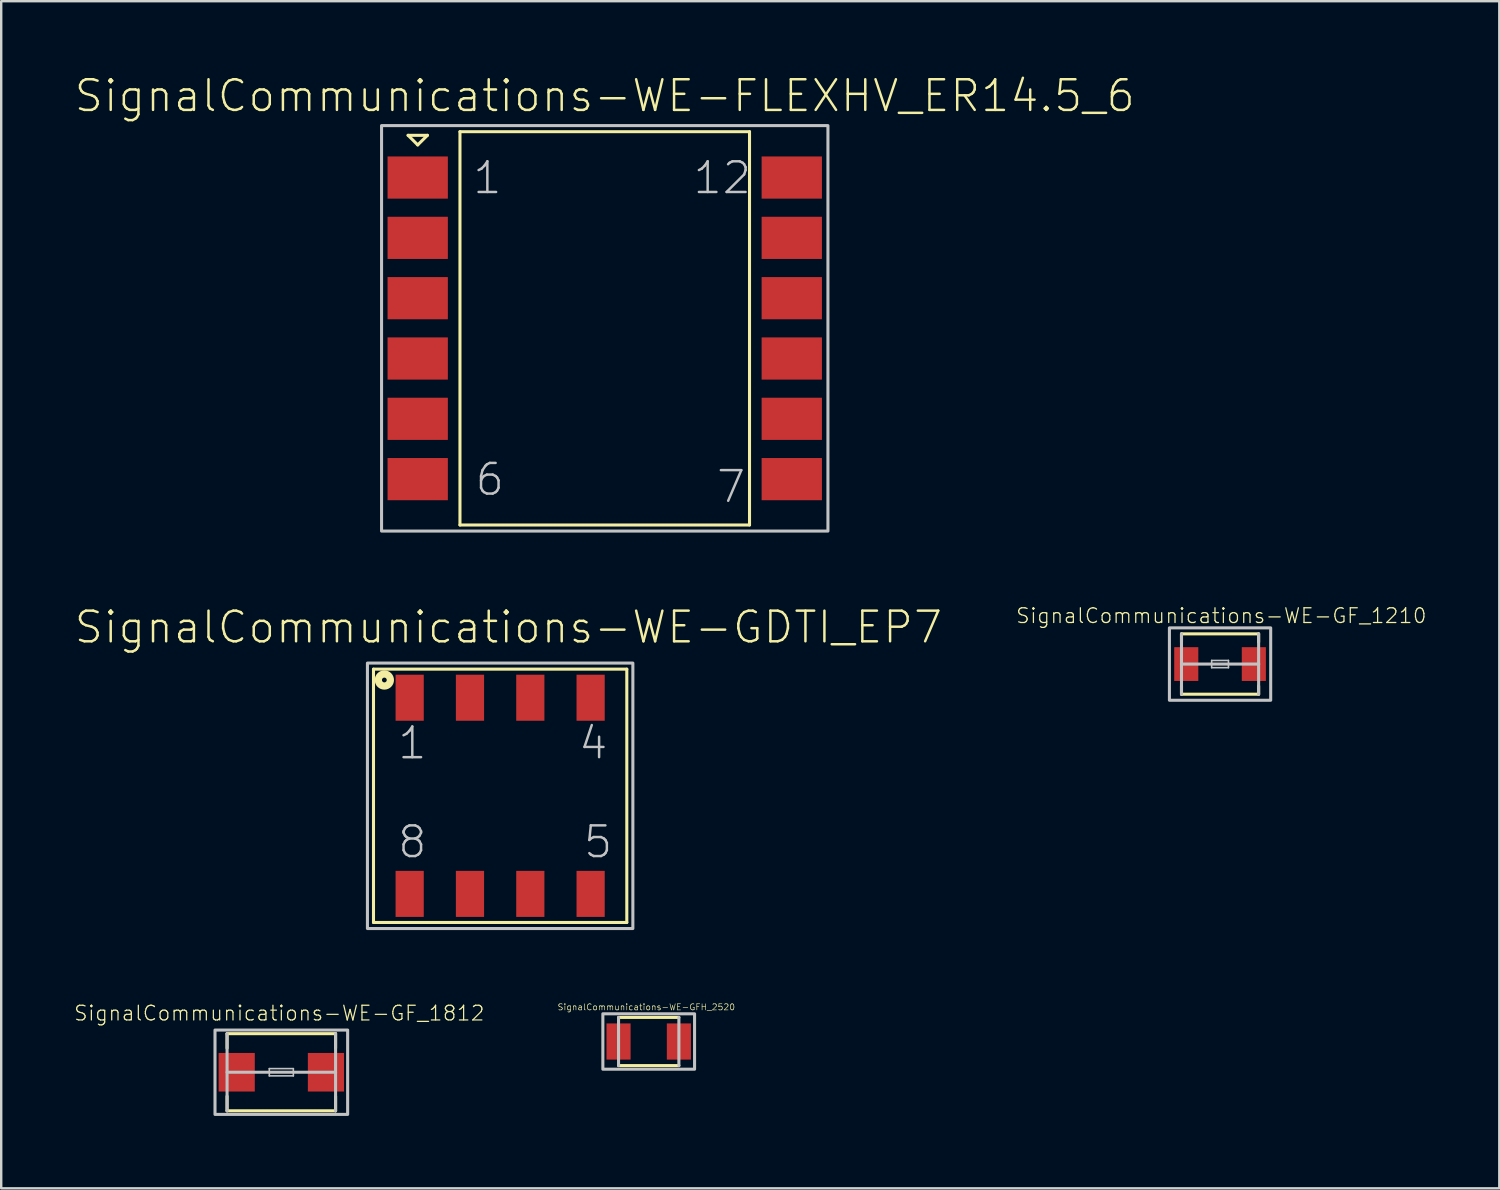
<source format=kicad_pcb>
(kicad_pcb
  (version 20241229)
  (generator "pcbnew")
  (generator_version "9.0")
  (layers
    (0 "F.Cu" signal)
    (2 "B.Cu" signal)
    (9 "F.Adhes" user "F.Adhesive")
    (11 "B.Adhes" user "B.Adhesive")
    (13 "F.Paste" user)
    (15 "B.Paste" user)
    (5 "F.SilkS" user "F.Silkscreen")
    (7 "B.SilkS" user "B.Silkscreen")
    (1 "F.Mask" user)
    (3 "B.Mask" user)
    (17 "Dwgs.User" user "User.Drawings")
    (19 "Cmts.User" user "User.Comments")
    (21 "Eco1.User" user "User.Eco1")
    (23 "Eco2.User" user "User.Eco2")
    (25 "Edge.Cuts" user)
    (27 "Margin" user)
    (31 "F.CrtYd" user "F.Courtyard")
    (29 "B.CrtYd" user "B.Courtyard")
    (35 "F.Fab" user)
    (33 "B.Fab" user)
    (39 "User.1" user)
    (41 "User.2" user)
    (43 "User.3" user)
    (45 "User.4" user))
  (footprint "SignalCommunications-WE-GDTI_EP7"
    (layer "F.Cu")
    (at 17.674 29.925)
    (property "Reference" "SignalCommunications-WE-GDTI_EP7" (at 0.343 -6.985 0) (layer "F.SilkS") (effects (font (size 1.27 1.27) (thickness 0.102))))
    (attr smd)
    (fp_line (start -5.248 -5.248) (end -5.248 5.248) (stroke (width 0.127) (type solid)) (layer "F.SilkS"))
    (fp_line (start -5.248 5.248) (end 5.248 5.248) (stroke (width 0.127) (type solid)) (layer "F.SilkS"))
    (fp_line (start 5.248 -5.248) (end -5.248 -5.248) (stroke (width 0.127) (type solid)) (layer "F.SilkS"))
    (fp_line (start 5.248 5.248) (end 5.248 -5.248) (stroke (width 0.127) (type solid)) (layer "F.SilkS"))
    (fp_circle (center -4.798 -4.798) (end -4.798 -4.897) (stroke (width 0.3) (type solid)) (fill no) (layer "F.SilkS"))
    (fp_poly (pts (xy 5.499 5.499) (xy -5.499 5.499) (xy -5.499 -5.499) (xy 5.499 -5.499) (xy 5.499 5.499)) (stroke (width 0.127) (type solid)) (fill no) (layer "Dwgs.User"))
    (fp_text user "1" (at -3.64 -2.184 0) (layer "Dwgs.User") (effects (font (size 1.27 1.27) (thickness 0.102))))
    (fp_text user "5" (at 4.059 1.913 0) (layer "Dwgs.User") (effects (font (size 1.27 1.27) (thickness 0.102))))
    (fp_text user "4" (at 3.858 -2.184 0) (layer "Dwgs.User") (effects (font (size 1.27 1.27) (thickness 0.102))))
    (fp_text user "8" (at -3.64 1.913 0) (layer "Dwgs.User") (effects (font (size 1.27 1.27) (thickness 0.102))))
    (pad "1" smd rect (at -3.749 -4.064) (size 1.168 1.908) (layers "F.Cu" "F.Mask" "F.Paste"))
    (pad "2" smd rect (at -1.25 -4.064) (size 1.168 1.908) (layers "F.Cu" "F.Mask" "F.Paste"))
    (pad "3" smd rect (at 1.25 -4.064) (size 1.168 1.908) (layers "F.Cu" "F.Mask" "F.Paste"))
    (pad "4" smd rect (at 3.749 -4.064) (size 1.168 1.908) (layers "F.Cu" "F.Mask" "F.Paste"))
    (pad "5" smd rect (at 3.749 4.064) (size 1.168 1.908) (layers "F.Cu" "F.Mask" "F.Paste"))
    (pad "6" smd rect (at 1.25 4.064) (size 1.168 1.908) (layers "F.Cu" "F.Mask" "F.Paste"))
    (pad "7" smd rect (at -1.25 4.064) (size 1.168 1.908) (layers "F.Cu" "F.Mask" "F.Paste"))
    (pad "8" smd rect (at -3.749 4.064) (size 1.168 1.908) (layers "F.Cu" "F.Mask" "F.Paste")))
  (footprint "SignalCommunications-WE-GF_1812"
    (layer "F.Cu")
    (at 8.607 41.379)
    (property "Reference" "SignalCommunications-WE-GF_1812" (at -0.086 -2.446 0) (layer "F.SilkS") (effects (font (size 0.61 0.61) (thickness 0.051))))
    (attr smd)
    (fp_line (start -2.248 -0.998) (end -2.248 -1.598) (stroke (width 0.127) (type solid)) (layer "F.SilkS"))
    (fp_line (start -2.248 0.998) (end -2.248 1.598) (stroke (width 0.127) (type solid)) (layer "F.SilkS"))
    (fp_line (start -2.248 1.598) (end 2.248 1.598) (stroke (width 0.127) (type solid)) (layer "F.SilkS"))
    (fp_line (start 2.248 -1.598) (end -2.248 -1.598) (stroke (width 0.127) (type solid)) (layer "F.SilkS"))
    (fp_line (start 2.248 -0.998) (end 2.248 -1.598) (stroke (width 0.127) (type solid)) (layer "F.SilkS"))
    (fp_line (start 2.248 0.998) (end 2.248 1.598) (stroke (width 0.127) (type solid)) (layer "F.SilkS"))
    (fp_line (start -2.248 -1.598) (end -2.248 1.598) (stroke (width 0.127) (type solid)) (layer "Dwgs.User"))
    (fp_line (start -2.248 0) (end 2.248 0) (stroke (width 0.127) (type solid)) (layer "Dwgs.User"))
    (fp_line (start -0.498 -0.15) (end 0.498 -0.15) (stroke (width 0.066) (type solid)) (layer "Dwgs.User"))
    (fp_line (start -0.498 0.15) (end -0.498 -0.15) (stroke (width 0.066) (type solid)) (layer "Dwgs.User"))
    (fp_line (start -0.498 0.15) (end 0.498 0.15) (stroke (width 0.066) (type solid)) (layer "Dwgs.User"))
    (fp_line (start 0.498 0.15) (end 0.498 -0.15) (stroke (width 0.066) (type solid)) (layer "Dwgs.User"))
    (fp_line (start 2.248 1.598) (end 2.248 -1.598) (stroke (width 0.127) (type solid)) (layer "Dwgs.User"))
    (fp_poly (pts (xy -2.748 -1.748) (xy 2.748 -1.748) (xy 2.748 1.748) (xy -2.748 1.748) (xy -2.748 -1.748)) (stroke (width 0.127) (type solid)) (fill no) (layer "Dwgs.User"))
    (pad "1" smd rect (at -1.849 0) (size 1.499 1.598) (layers "F.Cu" "F.Mask" "F.Paste"))
    (pad "2" smd rect (at 1.849 0) (size 1.499 1.598) (layers "F.Cu" "F.Mask" "F.Paste")))
  (footprint "SignalCommunications-WE-FLEXHV_ER14.5_6"
    (layer "F.Cu")
    (at 22.008 10.555)
    (property "Reference" "SignalCommunications-WE-FLEXHV_ER14.5_6" (at 0 -9.634 0) (layer "F.SilkS") (effects (font (size 1.27 1.27) (thickness 0.102))))
    (attr smd)
    (fp_line (start -8.148 -7.998) (end -7.348 -7.998) (stroke (width 0.127) (type solid)) (layer "F.SilkS"))
    (fp_line (start -7.75 -7.6) (end -8.148 -7.998) (stroke (width 0.127) (type solid)) (layer "F.SilkS"))
    (fp_line (start -7.348 -7.998) (end -7.75 -7.6) (stroke (width 0.127) (type solid)) (layer "F.SilkS"))
    (fp_line (start -5.999 -8.148) (end 5.999 -8.148) (stroke (width 0.127) (type solid)) (layer "F.SilkS"))
    (fp_line (start -5.999 8.148) (end -5.999 -8.148) (stroke (width 0.127) (type solid)) (layer "F.SilkS"))
    (fp_line (start 5.999 -8.148) (end 5.999 8.148) (stroke (width 0.127) (type solid)) (layer "F.SilkS"))
    (fp_line (start 5.999 8.148) (end -5.999 8.148) (stroke (width 0.127) (type solid)) (layer "F.SilkS"))
    (fp_poly (pts (xy -9.248 8.4) (xy -9.248 -8.4) (xy 9.248 -8.4) (xy 9.248 8.4) (xy -9.248 8.4)) (stroke (width 0.127) (type solid)) (fill no) (layer "Dwgs.User"))
    (fp_text user "1" (at -4.864 -6.233 0) (layer "Dwgs.User") (effects (font (size 1.27 1.27) (thickness 0.102))))
    (fp_text user "12" (at 4.869 -6.233 0) (layer "Dwgs.User") (effects (font (size 1.27 1.27) (thickness 0.102))))
    (fp_text user "7" (at 5.235 6.563 0) (layer "Dwgs.User") (effects (font (size 1.27 1.27) (thickness 0.102))))
    (fp_text user "6" (at -4.763 6.264 0) (layer "Dwgs.User") (effects (font (size 1.27 1.27) (thickness 0.102))))
    (pad "1" smd rect (at -7.75 -6.248 180) (size 2.499 1.748) (layers "F.Cu" "F.Mask" "F.Paste"))
    (pad "2" smd rect (at -7.75 -3.749 180) (size 2.499 1.748) (layers "F.Cu" "F.Mask" "F.Paste"))
    (pad "3" smd rect (at -7.75 -1.25 180) (size 2.499 1.748) (layers "F.Cu" "F.Mask" "F.Paste"))
    (pad "4" smd rect (at -7.75 1.25 180) (size 2.499 1.748) (layers "F.Cu" "F.Mask" "F.Paste"))
    (pad "5" smd rect (at -7.75 3.749 180) (size 2.499 1.748) (layers "F.Cu" "F.Mask" "F.Paste"))
    (pad "6" smd rect (at -7.75 6.248 180) (size 2.499 1.748) (layers "F.Cu" "F.Mask" "F.Paste"))
    (pad "7" smd rect (at 7.75 6.248 180) (size 2.499 1.748) (layers "F.Cu" "F.Mask" "F.Paste"))
    (pad "8" smd rect (at 7.75 3.749 180) (size 2.499 1.748) (layers "F.Cu" "F.Mask" "F.Paste"))
    (pad "9" smd rect (at 7.75 1.25 180) (size 2.499 1.748) (layers "F.Cu" "F.Mask" "F.Paste"))
    (pad "10" smd rect (at 7.75 -1.25 180) (size 2.499 1.748) (layers "F.Cu" "F.Mask" "F.Paste"))
    (pad "11" smd rect (at 7.75 -3.749 180) (size 2.499 1.748) (layers "F.Cu" "F.Mask" "F.Paste"))
    (pad "12" smd rect (at 7.75 -6.248 180) (size 2.499 1.748) (layers "F.Cu" "F.Mask" "F.Paste")))
  (footprint "SignalCommunications-WE-GF_1210"
    (layer "F.Cu")
    (at 47.504 24.466)
    (property "Reference" "SignalCommunications-WE-GF_1210" (at 0.051 -2.002 0) (layer "F.SilkS") (effects (font (size 0.61 0.61) (thickness 0.051))))
    (attr smd)
    (fp_line (start -1.598 -0.909) (end -1.598 -1.25) (stroke (width 0.127) (type solid)) (layer "F.SilkS"))
    (fp_line (start -1.598 0.909) (end -1.598 1.25) (stroke (width 0.127) (type solid)) (layer "F.SilkS"))
    (fp_line (start -1.598 1.25) (end 1.598 1.25) (stroke (width 0.127) (type solid)) (layer "F.SilkS"))
    (fp_line (start 1.598 -1.25) (end -1.598 -1.25) (stroke (width 0.127) (type solid)) (layer "F.SilkS"))
    (fp_line (start 1.598 -0.909) (end 1.598 -1.25) (stroke (width 0.127) (type solid)) (layer "F.SilkS"))
    (fp_line (start 1.598 0.909) (end 1.598 1.25) (stroke (width 0.127) (type solid)) (layer "F.SilkS"))
    (fp_line (start -1.598 -1.25) (end -1.598 0) (stroke (width 0.127) (type solid)) (layer "Dwgs.User"))
    (fp_line (start -1.598 0) (end -1.598 1.25) (stroke (width 0.127) (type solid)) (layer "Dwgs.User"))
    (fp_line (start -1.598 0) (end 1.598 0) (stroke (width 0.127) (type solid)) (layer "Dwgs.User"))
    (fp_line (start -0.348 -0.15) (end 0.348 -0.15) (stroke (width 0.066) (type solid)) (layer "Dwgs.User"))
    (fp_line (start -0.348 0.15) (end -0.348 -0.15) (stroke (width 0.066) (type solid)) (layer "Dwgs.User"))
    (fp_line (start -0.348 0.15) (end 0.348 0.15) (stroke (width 0.066) (type solid)) (layer "Dwgs.User"))
    (fp_line (start 0.348 0.15) (end 0.348 -0.15) (stroke (width 0.066) (type solid)) (layer "Dwgs.User"))
    (fp_line (start 1.598 0) (end 1.598 -1.25) (stroke (width 0.127) (type solid)) (layer "Dwgs.User"))
    (fp_line (start 1.598 1.25) (end 1.598 0) (stroke (width 0.127) (type solid)) (layer "Dwgs.User"))
    (fp_poly (pts (xy -2.098 -1.499) (xy 2.098 -1.499) (xy 2.098 1.499) (xy -2.098 1.499) (xy -2.098 -1.499)) (stroke (width 0.127) (type solid)) (fill no) (layer "Dwgs.User"))
    (pad "1" smd rect (at -1.4 0) (size 0.998 1.4) (layers "F.Cu" "F.Mask" "F.Paste"))
    (pad "2" smd rect (at 1.4 0) (size 0.998 1.4) (layers "F.Cu" "F.Mask" "F.Paste")))
  (footprint "SignalCommunications-WE-GFH_2520"
    (layer "F.Cu")
    (at 23.83 40.106)
    (property "Reference" "SignalCommunications-WE-GFH_2520" (at -0.099 -1.425 0) (layer "F.SilkS") (effects (font (size 0.254 0.254) (thickness 0.025))))
    (attr smd)
    (fp_line (start -1.25 -0.998) (end 1.25 -0.998) (stroke (width 0.127) (type solid)) (layer "F.SilkS"))
    (fp_line (start -1.25 0.998) (end 1.25 0.998) (stroke (width 0.127) (type solid)) (layer "F.SilkS"))
    (fp_line (start -1.25 -0.998) (end -1.25 0.998) (stroke (width 0.127) (type solid)) (layer "Dwgs.User"))
    (fp_line (start 1.25 -0.998) (end 1.25 0.998) (stroke (width 0.127) (type solid)) (layer "Dwgs.User"))
    (fp_poly (pts (xy -1.9 -1.148) (xy 1.9 -1.148) (xy 1.9 1.148) (xy -1.9 1.148) (xy -1.9 -1.148)) (stroke (width 0.127) (type solid)) (fill no) (layer "Dwgs.User"))
    (pad "1" smd rect (at -1.25 0) (size 0.998 1.499) (layers "F.Cu" "F.Mask" "F.Paste"))
    (pad "2" smd rect (at 1.25 0) (size 0.998 1.499) (layers "F.Cu" "F.Mask" "F.Paste")))
  (gr_rect
    (start -3 -3)
    (end 59.075 46.19)
    (stroke (width 0.1) (type default))
    (fill no)
    (layer "Edge.Cuts")))
</source>
